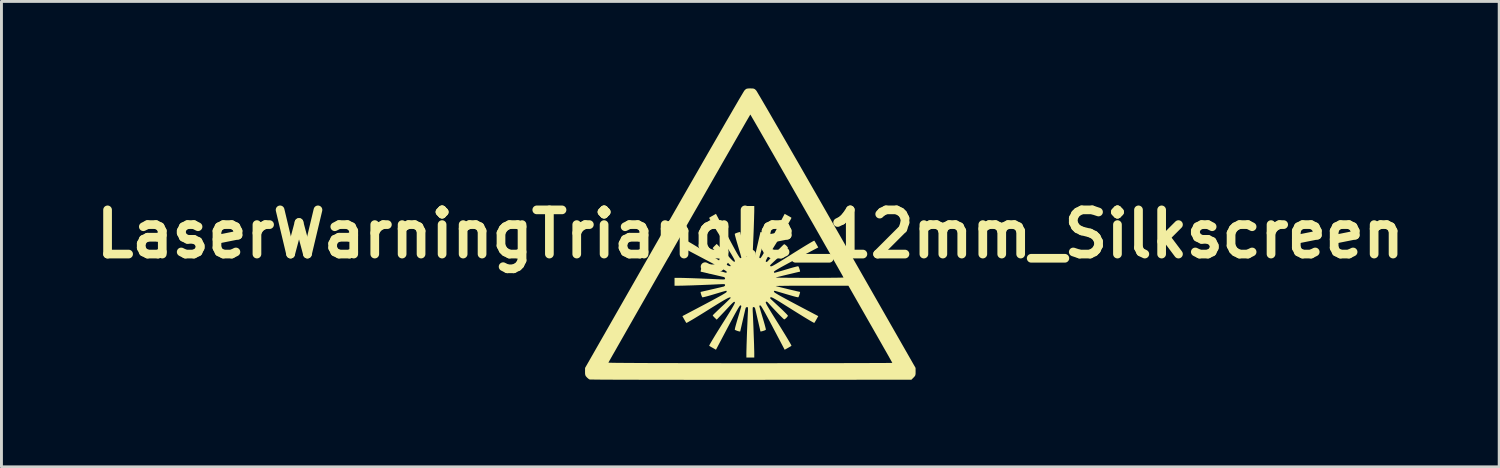
<source format=kicad_pcb>
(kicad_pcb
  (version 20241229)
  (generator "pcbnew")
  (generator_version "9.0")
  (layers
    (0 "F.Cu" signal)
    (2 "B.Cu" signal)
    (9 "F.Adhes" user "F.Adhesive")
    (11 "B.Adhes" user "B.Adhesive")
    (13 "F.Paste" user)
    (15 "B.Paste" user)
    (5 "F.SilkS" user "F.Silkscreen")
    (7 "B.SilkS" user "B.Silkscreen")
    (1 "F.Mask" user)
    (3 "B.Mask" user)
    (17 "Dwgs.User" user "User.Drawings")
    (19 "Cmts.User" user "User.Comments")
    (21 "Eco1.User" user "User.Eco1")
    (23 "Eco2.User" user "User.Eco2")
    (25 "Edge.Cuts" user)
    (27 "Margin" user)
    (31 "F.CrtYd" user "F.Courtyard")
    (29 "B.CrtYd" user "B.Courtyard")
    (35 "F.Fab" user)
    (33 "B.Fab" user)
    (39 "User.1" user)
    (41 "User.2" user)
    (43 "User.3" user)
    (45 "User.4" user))
  (footprint "LaserWarningTriangle_12mm_Silkscreen"
    (layer "F.Cu")
    (at 22.831 5.024)
    (property "Reference" "LaserWarningTriangle_12mm_Silkscreen" (at 0 0 0) (layer "F.SilkS") (effects (font (size 1.524 1.524) (thickness 0.3))))
    (attr exclude_from_pos_files exclude_from_bom)
    (fp_poly (pts (xy 0.072 -5.023) (xy 0.119 -5.016) (xy 0.153 -5) (xy 0.188 -4.969) (xy 0.2 -4.956) (xy 0.216 -4.934) (xy 0.249 -4.879) (xy 0.3 -4.793) (xy 0.369 -4.677) (xy 0.453 -4.533) (xy 0.553 -4.362) (xy 0.668 -4.164) (xy 0.796 -3.942) (xy 0.938 -3.697) (xy 1.092 -3.43) (xy 1.258 -3.142) (xy 1.435 -2.834) (xy 1.623 -2.509) (xy 1.82 -2.166) (xy 2.025 -1.808) (xy 2.239 -1.436) (xy 2.46 -1.05) (xy 2.687 -0.653) (xy 2.92 -0.245) (xy 2.983 -0.136) (xy 5.7 4.617) (xy 5.701 4.748) (xy 5.7 4.819) (xy 5.693 4.865) (xy 5.675 4.9) (xy 5.641 4.939) (xy 5.629 4.951) (xy 5.556 5.024) (xy 0.024 5.028) (xy -0.437 5.028) (xy -0.888 5.028) (xy -1.327 5.028) (xy -1.753 5.028) (xy -2.165 5.028) (xy -2.561 5.027) (xy -2.939 5.027) (xy -3.298 5.026) (xy -3.636 5.026) (xy -3.952 5.025) (xy -4.244 5.024) (xy -4.511 5.024) (xy -4.75 5.023) (xy -4.962 5.022) (xy -5.143 5.021) (xy -5.293 5.02) (xy -5.409 5.018) (xy -5.491 5.017) (xy -5.537 5.016) (xy -5.547 5.015) (xy -5.584 4.991) (xy -5.63 4.951) (xy -5.643 4.937) (xy -5.675 4.9) (xy -5.692 4.864) (xy -5.7 4.816) (xy -5.701 4.747) (xy -5.7 4.617) (xy -5.595 4.434) (xy -4.895 4.434) (xy -4.876 4.436) (xy -4.82 4.438) (xy -4.726 4.44) (xy -4.595 4.442) (xy -4.428 4.443) (xy -4.225 4.445) (xy -3.988 4.446) (xy -3.716 4.447) (xy -3.41 4.449) (xy -3.072 4.45) (xy -2.701 4.45) (xy -2.299 4.451) (xy -1.865 4.452) (xy -1.401 4.452) (xy -0.907 4.453) (xy -0.384 4.453) (xy -0.002 4.453) (xy 0.431 4.453) (xy 0.854 4.453) (xy 1.264 4.452) (xy 1.662 4.452) (xy 2.044 4.452) (xy 2.409 4.451) (xy 2.756 4.451) (xy 3.083 4.451) (xy 3.388 4.45) (xy 3.67 4.449) (xy 3.927 4.449) (xy 4.158 4.448) (xy 4.361 4.447) (xy 4.533 4.447) (xy 4.674 4.446) (xy 4.783 4.445) (xy 4.856 4.444) (xy 4.894 4.443) (xy 4.898 4.443) (xy 4.889 4.425) (xy 4.861 4.376) (xy 4.818 4.299) (xy 4.76 4.195) (xy 4.688 4.068) (xy 4.604 3.921) (xy 4.51 3.755) (xy 4.406 3.573) (xy 4.295 3.379) (xy 4.178 3.173) (xy 4.14 3.107) (xy 3.383 1.781) (xy 2.124 1.781) (xy 1.907 1.781) (xy 1.703 1.782) (xy 1.514 1.782) (xy 1.343 1.783) (xy 1.194 1.785) (xy 1.07 1.786) (xy 0.973 1.788) (xy 0.908 1.789) (xy 0.878 1.791) (xy 0.876 1.792) (xy 0.895 1.798) (xy 0.946 1.812) (xy 1.022 1.831) (xy 1.115 1.854) (xy 1.22 1.879) (xy 1.329 1.906) (xy 1.436 1.931) (xy 1.534 1.954) (xy 1.617 1.974) (xy 1.678 1.987) (xy 1.711 1.994) (xy 1.714 1.994) (xy 1.716 2.01) (xy 1.707 2.049) (xy 1.692 2.098) (xy 1.675 2.144) (xy 1.66 2.175) (xy 1.654 2.181) (xy 1.629 2.178) (xy 1.573 2.166) (xy 1.492 2.145) (xy 1.392 2.116) (xy 1.278 2.083) (xy 1.243 2.073) (xy 1.126 2.038) (xy 1.021 2.007) (xy 0.934 1.982) (xy 0.871 1.964) (xy 0.837 1.956) (xy 0.834 1.955) (xy 0.816 1.971) (xy 0.813 1.989) (xy 0.824 2.003) (xy 0.856 2.028) (xy 0.913 2.063) (xy 0.994 2.111) (xy 1.104 2.172) (xy 1.243 2.248) (xy 1.413 2.339) (xy 1.578 2.427) (xy 2.343 2.83) (xy 2.282 2.94) (xy 2.248 2.999) (xy 2.221 3.044) (xy 2.207 3.064) (xy 2.189 3.058) (xy 2.141 3.032) (xy 2.067 2.99) (xy 1.97 2.932) (xy 1.854 2.862) (xy 1.723 2.781) (xy 1.578 2.691) (xy 1.46 2.617) (xy 1.283 2.506) (xy 1.136 2.414) (xy 1.016 2.339) (xy 0.92 2.281) (xy 0.846 2.238) (xy 0.79 2.207) (xy 0.75 2.188) (xy 0.723 2.178) (xy 0.706 2.177) (xy 0.698 2.181) (xy 0.682 2.202) (xy 0.691 2.225) (xy 0.717 2.252) (xy 0.746 2.279) (xy 0.798 2.328) (xy 0.868 2.393) (xy 0.949 2.469) (xy 1.031 2.545) (xy 1.115 2.624) (xy 1.187 2.696) (xy 1.245 2.754) (xy 1.283 2.796) (xy 1.297 2.816) (xy 1.297 2.816) (xy 1.283 2.844) (xy 1.251 2.882) (xy 1.211 2.919) (xy 1.177 2.941) (xy 1.168 2.943) (xy 1.15 2.929) (xy 1.11 2.892) (xy 1.053 2.836) (xy 0.983 2.765) (xy 0.905 2.684) (xy 0.824 2.598) (xy 0.743 2.512) (xy 0.668 2.43) (xy 0.625 2.382) (xy 0.586 2.342) (xy 0.56 2.329) (xy 0.538 2.338) (xy 0.537 2.339) (xy 0.532 2.348) (xy 0.534 2.366) (xy 0.544 2.394) (xy 0.564 2.435) (xy 0.596 2.493) (xy 0.641 2.569) (xy 0.701 2.668) (xy 0.777 2.791) (xy 0.871 2.941) (xy 0.971 3.101) (xy 1.066 3.253) (xy 1.154 3.396) (xy 1.233 3.525) (xy 1.3 3.637) (xy 1.355 3.73) (xy 1.394 3.799) (xy 1.415 3.841) (xy 1.419 3.853) (xy 1.395 3.87) (xy 1.348 3.898) (xy 1.294 3.929) (xy 1.185 3.99) (xy 0.781 3.224) (xy 0.677 3.027) (xy 0.589 2.863) (xy 0.516 2.729) (xy 0.457 2.625) (xy 0.411 2.547) (xy 0.378 2.495) (xy 0.355 2.466) (xy 0.344 2.459) (xy 0.315 2.469) (xy 0.31 2.48) (xy 0.315 2.504) (xy 0.33 2.56) (xy 0.353 2.64) (xy 0.383 2.741) (xy 0.417 2.855) (xy 0.427 2.888) (xy 0.462 3.005) (xy 0.492 3.11) (xy 0.515 3.197) (xy 0.531 3.261) (xy 0.536 3.295) (xy 0.536 3.299) (xy 0.517 3.313) (xy 0.476 3.33) (xy 0.426 3.346) (xy 0.381 3.357) (xy 0.352 3.359) (xy 0.348 3.356) (xy 0.344 3.336) (xy 0.333 3.284) (xy 0.315 3.206) (xy 0.292 3.108) (xy 0.266 2.995) (xy 0.261 2.977) (xy 0.234 2.859) (xy 0.209 2.752) (xy 0.188 2.663) (xy 0.173 2.597) (xy 0.165 2.562) (xy 0.164 2.56) (xy 0.141 2.524) (xy 0.115 2.517) (xy 0.098 2.519) (xy 0.087 2.528) (xy 0.082 2.552) (xy 0.081 2.597) (xy 0.083 2.669) (xy 0.087 2.744) (xy 0.093 2.874) (xy 0.099 3.022) (xy 0.106 3.182) (xy 0.112 3.347) (xy 0.118 3.512) (xy 0.124 3.67) (xy 0.129 3.814) (xy 0.132 3.939) (xy 0.135 4.038) (xy 0.136 4.105) (xy 0.136 4.106) (xy 0.136 4.259) (xy -0.136 4.259) (xy -0.136 4.106) (xy -0.135 4.041) (xy -0.132 3.943) (xy -0.129 3.818) (xy -0.124 3.675) (xy -0.119 3.517) (xy -0.113 3.352) (xy -0.106 3.187) (xy -0.099 3.027) (xy -0.093 2.878) (xy -0.087 2.748) (xy -0.087 2.744) (xy -0.082 2.648) (xy -0.08 2.583) (xy -0.083 2.544) (xy -0.089 2.525) (xy -0.102 2.518) (xy -0.115 2.517) (xy -0.152 2.534) (xy -0.164 2.56) (xy -0.184 2.643) (xy -0.207 2.742) (xy -0.232 2.851) (xy -0.258 2.963) (xy -0.283 3.073) (xy -0.306 3.173) (xy -0.326 3.257) (xy -0.34 3.32) (xy -0.348 3.354) (xy -0.348 3.359) (xy -0.364 3.361) (xy -0.403 3.353) (xy -0.452 3.338) (xy -0.499 3.32) (xy -0.53 3.305) (xy -0.536 3.299) (xy -0.533 3.274) (xy -0.521 3.218) (xy -0.499 3.136) (xy -0.471 3.036) (xy -0.438 2.922) (xy -0.427 2.888) (xy -0.392 2.771) (xy -0.361 2.667) (xy -0.336 2.58) (xy -0.318 2.517) (xy -0.31 2.483) (xy -0.31 2.48) (xy -0.326 2.462) (xy -0.344 2.459) (xy -0.358 2.469) (xy -0.382 2.502) (xy -0.418 2.558) (xy -0.466 2.64) (xy -0.527 2.749) (xy -0.602 2.888) (xy -0.693 3.058) (xy -0.781 3.224) (xy -1.185 3.989) (xy -1.294 3.927) (xy -1.353 3.894) (xy -1.399 3.866) (xy -1.419 3.853) (xy -1.412 3.834) (xy -1.387 3.786) (xy -1.344 3.712) (xy -1.287 3.616) (xy -1.217 3.5) (xy -1.136 3.368) (xy -1.046 3.224) (xy -0.972 3.105) (xy -0.86 2.928) (xy -0.768 2.781) (xy -0.693 2.66) (xy -0.635 2.564) (xy -0.592 2.489) (xy -0.561 2.433) (xy -0.542 2.393) (xy -0.533 2.367) (xy -0.532 2.35) (xy -0.535 2.344) (xy -0.549 2.336) (xy -0.568 2.341) (xy -0.598 2.364) (xy -0.643 2.406) (xy -0.708 2.473) (xy -0.74 2.508) (xy -0.82 2.594) (xy -0.903 2.683) (xy -0.981 2.765) (xy -1.039 2.826) (xy -1.159 2.952) (xy -1.228 2.886) (xy -1.268 2.845) (xy -1.293 2.814) (xy -1.297 2.806) (xy -1.284 2.789) (xy -1.246 2.75) (xy -1.187 2.693) (xy -1.113 2.622) (xy -1.026 2.54) (xy -0.988 2.504) (xy -0.897 2.42) (xy -0.817 2.343) (xy -0.752 2.28) (xy -0.705 2.232) (xy -0.68 2.206) (xy -0.678 2.202) (xy -0.682 2.187) (xy -0.696 2.182) (xy -0.723 2.187) (xy -0.766 2.204) (xy -0.826 2.235) (xy -0.907 2.28) (xy -1.01 2.341) (xy -1.138 2.419) (xy -1.295 2.516) (xy -1.464 2.622) (xy -1.616 2.717) (xy -1.757 2.804) (xy -1.885 2.882) (xy -1.996 2.949) (xy -2.088 3.002) (xy -2.155 3.041) (xy -2.196 3.061) (xy -2.207 3.065) (xy -2.223 3.041) (xy -2.251 2.993) (xy -2.282 2.94) (xy -2.343 2.83) (xy -1.578 2.427) (xy -1.381 2.322) (xy -1.217 2.234) (xy -1.084 2.161) (xy -0.979 2.103) (xy -0.902 2.057) (xy -0.85 2.024) (xy -0.821 2.001) (xy -0.813 1.989) (xy -0.823 1.96) (xy -0.834 1.955) (xy -0.858 1.961) (xy -0.913 1.976) (xy -0.994 1.999) (xy -1.094 2.029) (xy -1.208 2.063) (xy -1.241 2.073) (xy -1.358 2.108) (xy -1.463 2.138) (xy -1.551 2.161) (xy -1.615 2.176) (xy -1.649 2.182) (xy -1.653 2.182) (xy -1.667 2.162) (xy -1.684 2.121) (xy -1.7 2.072) (xy -1.712 2.027) (xy -1.714 1.998) (xy -1.711 1.994) (xy -1.691 1.99) (xy -1.639 1.978) (xy -1.56 1.96) (xy -1.462 1.938) (xy -1.349 1.911) (xy -1.331 1.907) (xy -1.213 1.88) (xy -1.107 1.855) (xy -1.017 1.834) (xy -0.952 1.818) (xy -0.916 1.81) (xy -0.915 1.81) (xy -0.878 1.786) (xy -0.871 1.76) (xy -0.873 1.743) (xy -0.883 1.733) (xy -0.907 1.727) (xy -0.952 1.726) (xy -1.024 1.729) (xy -1.099 1.732) (xy -1.228 1.738) (xy -1.376 1.745) (xy -1.536 1.751) (xy -1.702 1.758) (xy -1.866 1.764) (xy -2.024 1.77) (xy -2.169 1.774) (xy -2.294 1.778) (xy -2.393 1.78) (xy -2.459 1.781) (xy -2.461 1.781) (xy -2.614 1.781) (xy -2.614 1.51) (xy -2.461 1.51) (xy -2.395 1.511) (xy -2.297 1.513) (xy -2.173 1.517) (xy -2.029 1.521) (xy -1.871 1.527) (xy -1.707 1.533) (xy -1.541 1.54) (xy -1.381 1.546) (xy -1.233 1.553) (xy -1.102 1.559) (xy -1.099 1.559) (xy -1.002 1.564) (xy -0.937 1.565) (xy -0.899 1.563) (xy -0.879 1.556) (xy -0.872 1.544) (xy -0.871 1.531) (xy -0.888 1.494) (xy -0.915 1.481) (xy -0.947 1.474) (xy -1.01 1.459) (xy -1.097 1.439) (xy -1.202 1.414) (xy -1.319 1.387) (xy -1.331 1.384) (xy -1.445 1.357) (xy -1.546 1.334) (xy -1.628 1.315) (xy -1.684 1.303) (xy -1.71 1.297) (xy -1.711 1.297) (xy -1.714 1.281) (xy -1.707 1.243) (xy -1.692 1.193) (xy -1.675 1.147) (xy -1.659 1.115) (xy -1.653 1.109) (xy -1.627 1.112) (xy -1.571 1.125) (xy -1.49 1.146) (xy -1.389 1.174) (xy -1.275 1.208) (xy -1.241 1.218) (xy -1.125 1.253) (xy -1.02 1.284) (xy -0.933 1.309) (xy -0.87 1.327) (xy -0.837 1.335) (xy -0.834 1.336) (xy -0.816 1.32) (xy -0.813 1.302) (xy -0.823 1.288) (xy -0.855 1.264) (xy -0.911 1.229) (xy -0.992 1.181) (xy -1.1 1.121) (xy -1.237 1.046) (xy -1.406 0.956) (xy -1.578 0.865) (xy -2.343 0.461) (xy -2.282 0.351) (xy -2.248 0.292) (xy -2.221 0.247) (xy -2.207 0.226) (xy -2.188 0.233) (xy -2.14 0.259) (xy -2.066 0.301) (xy -1.97 0.358) (xy -1.854 0.428) (xy -1.722 0.508) (xy -1.578 0.598) (xy -1.464 0.669) (xy -1.28 0.784) (xy -1.126 0.879) (xy -1 0.956) (xy -0.899 1.015) (xy -0.82 1.059) (xy -0.761 1.089) (xy -0.72 1.105) (xy -0.694 1.109) (xy -0.681 1.103) (xy -0.678 1.09) (xy -0.692 1.073) (xy -0.73 1.033) (xy -0.788 0.976) (xy -0.863 0.904) (xy -0.949 0.823) (xy -0.988 0.787) (xy -1.078 0.702) (xy -1.158 0.626) (xy -1.224 0.563) (xy -1.271 0.516) (xy -1.295 0.49) (xy -1.297 0.486) (xy -1.284 0.466) (xy -1.252 0.429) (xy -1.228 0.406) (xy -1.159 0.339) (xy -1.039 0.465) (xy -0.977 0.53) (xy -0.9 0.612) (xy -0.816 0.701) (xy -0.74 0.783) (xy -0.667 0.861) (xy -0.614 0.913) (xy -0.579 0.943) (xy -0.556 0.955) (xy -0.54 0.952) (xy -0.535 0.948) (xy -0.531 0.937) (xy -0.534 0.918) (xy -0.547 0.887) (xy -0.569 0.843) (xy -0.604 0.781) (xy -0.651 0.7) (xy -0.715 0.597) (xy -0.794 0.468) (xy -0.892 0.312) (xy -0.972 0.186) (xy -1.067 0.034) (xy -1.155 -0.108) (xy -1.234 -0.236) (xy -1.301 -0.348) (xy -1.355 -0.44) (xy -1.394 -0.508) (xy -1.416 -0.55) (xy -1.419 -0.561) (xy -1.395 -0.577) (xy -1.348 -0.606) (xy -1.294 -0.636) (xy -1.185 -0.698) (xy -0.781 0.067) (xy -0.677 0.264) (xy -0.588 0.429) (xy -0.515 0.563) (xy -0.457 0.667) (xy -0.411 0.744) (xy -0.377 0.796) (xy -0.355 0.825) (xy -0.344 0.832) (xy -0.315 0.822) (xy -0.31 0.811) (xy -0.315 0.787) (xy -0.33 0.732) (xy -0.353 0.651) (xy -0.383 0.551) (xy -0.417 0.437) (xy -0.427 0.403) (xy -0.462 0.286) (xy -0.492 0.181) (xy -0.515 0.094) (xy -0.531 0.03) (xy -0.536 -0.004) (xy -0.536 -0.007) (xy -0.517 -0.021) (xy -0.476 -0.038) (xy -0.427 -0.055) (xy -0.381 -0.067) (xy -0.353 -0.07) (xy -0.348 -0.067) (xy -0.344 -0.049) (xy -0.333 0.002) (xy -0.316 0.077) (xy -0.294 0.171) (xy -0.27 0.277) (xy -0.244 0.389) (xy -0.218 0.5) (xy -0.194 0.604) (xy -0.173 0.695) (xy -0.164 0.731) (xy -0.141 0.767) (xy -0.115 0.774) (xy -0.098 0.773) (xy -0.087 0.763) (xy -0.082 0.739) (xy -0.081 0.694) (xy -0.083 0.622) (xy -0.087 0.547) (xy -0.093 0.417) (xy -0.099 0.269) (xy -0.106 0.109) (xy -0.112 -0.056) (xy -0.118 -0.221) (xy -0.124 -0.379) (xy -0.129 -0.523) (xy -0.132 -0.648) (xy -0.135 -0.747) (xy -0.136 -0.814) (xy -0.136 -0.968) (xy 0.136 -0.968) (xy 0.136 -0.815) (xy 0.135 -0.75) (xy 0.132 -0.651) (xy 0.129 -0.527) (xy 0.124 -0.383) (xy 0.119 -0.226) (xy 0.113 -0.061) (xy 0.106 0.104) (xy 0.099 0.264) (xy 0.093 0.413) (xy 0.087 0.543) (xy 0.087 0.547) (xy 0.082 0.644) (xy 0.08 0.708) (xy 0.083 0.747) (xy 0.089 0.767) (xy 0.102 0.774) (xy 0.115 0.774) (xy 0.152 0.758) (xy 0.164 0.731) (xy 0.184 0.648) (xy 0.207 0.549) (xy 0.232 0.44) (xy 0.258 0.328) (xy 0.283 0.218) (xy 0.306 0.118) (xy 0.326 0.034) (xy 0.34 -0.029) (xy 0.348 -0.063) (xy 0.348 -0.067) (xy 0.364 -0.07) (xy 0.403 -0.062) (xy 0.452 -0.047) (xy 0.499 -0.029) (xy 0.53 -0.013) (xy 0.536 -0.007) (xy 0.533 0.018) (xy 0.521 0.074) (xy 0.499 0.155) (xy 0.471 0.255) (xy 0.438 0.37) (xy 0.427 0.403) (xy 0.392 0.52) (xy 0.361 0.625) (xy 0.336 0.711) (xy 0.318 0.774) (xy 0.31 0.808) (xy 0.31 0.811) (xy 0.326 0.829) (xy 0.344 0.832) (xy 0.358 0.822) (xy 0.382 0.789) (xy 0.418 0.733) (xy 0.466 0.651) (xy 0.527 0.542) (xy 0.602 0.403) (xy 0.693 0.233) (xy 0.781 0.067) (xy 1.185 -0.698) (xy 1.294 -0.637) (xy 1.353 -0.604) (xy 1.399 -0.576) (xy 1.419 -0.562) (xy 1.412 -0.543) (xy 1.387 -0.495) (xy 1.344 -0.421) (xy 1.287 -0.324) (xy 1.217 -0.208) (xy 1.137 -0.076) (xy 1.047 0.069) (xy 0.971 0.19) (xy 0.86 0.367) (xy 0.768 0.515) (xy 0.694 0.635) (xy 0.636 0.731) (xy 0.592 0.805) (xy 0.562 0.861) (xy 0.543 0.901) (xy 0.533 0.928) (xy 0.532 0.944) (xy 0.537 0.952) (xy 0.559 0.962) (xy 0.585 0.951) (xy 0.623 0.912) (xy 0.625 0.909) (xy 0.694 0.833) (xy 0.772 0.749) (xy 0.853 0.662) (xy 0.934 0.578) (xy 1.009 0.5) (xy 1.075 0.434) (xy 1.127 0.383) (xy 1.159 0.354) (xy 1.168 0.348) (xy 1.197 0.362) (xy 1.236 0.394) (xy 1.273 0.433) (xy 1.295 0.467) (xy 1.297 0.475) (xy 1.284 0.495) (xy 1.246 0.536) (xy 1.188 0.595) (xy 1.116 0.666) (xy 1.032 0.745) (xy 1.031 0.746) (xy 0.943 0.828) (xy 0.863 0.903) (xy 0.794 0.967) (xy 0.744 1.014) (xy 0.717 1.039) (xy 0.686 1.072) (xy 0.683 1.093) (xy 0.698 1.11) (xy 0.708 1.115) (xy 0.726 1.112) (xy 0.756 1.101) (xy 0.798 1.08) (xy 0.857 1.047) (xy 0.935 1.001) (xy 1.035 0.94) (xy 1.16 0.863) (xy 1.312 0.768) (xy 1.46 0.674) (xy 1.612 0.579) (xy 1.754 0.491) (xy 1.882 0.412) (xy 1.994 0.345) (xy 2.085 0.291) (xy 2.154 0.252) (xy 2.195 0.23) (xy 2.207 0.227) (xy 2.223 0.251) (xy 2.251 0.298) (xy 2.282 0.351) (xy 2.343 0.461) (xy 1.578 0.864) (xy 1.381 0.969) (xy 1.217 1.057) (xy 1.083 1.13) (xy 0.979 1.189) (xy 0.901 1.235) (xy 0.849 1.268) (xy 0.821 1.291) (xy 0.813 1.302) (xy 0.823 1.331) (xy 0.834 1.336) (xy 0.858 1.33) (xy 0.913 1.315) (xy 0.994 1.292) (xy 1.094 1.263) (xy 1.208 1.229) (xy 1.243 1.219) (xy 1.36 1.184) (xy 1.465 1.154) (xy 1.552 1.131) (xy 1.616 1.115) (xy 1.65 1.11) (xy 1.654 1.11) (xy 1.667 1.129) (xy 1.684 1.169) (xy 1.7 1.219) (xy 1.713 1.264) (xy 1.716 1.293) (xy 1.714 1.297) (xy 1.69 1.301) (xy 1.636 1.313) (xy 1.558 1.331) (xy 1.463 1.354) (xy 1.357 1.379) (xy 1.248 1.405) (xy 1.142 1.431) (xy 1.045 1.455) (xy 0.964 1.475) (xy 0.906 1.49) (xy 0.877 1.498) (xy 0.876 1.499) (xy 0.892 1.501) (xy 0.945 1.503) (xy 1.029 1.505) (xy 1.142 1.506) (xy 1.281 1.507) (xy 1.442 1.509) (xy 1.622 1.509) (xy 1.818 1.51) (xy 2.027 1.51) (xy 2.039 1.51) (xy 2.249 1.51) (xy 2.446 1.509) (xy 2.628 1.508) (xy 2.791 1.507) (xy 2.933 1.506) (xy 3.049 1.504) (xy 3.137 1.502) (xy 3.193 1.5) (xy 3.214 1.498) (xy 3.214 1.498) (xy 3.204 1.48) (xy 3.177 1.43) (xy 3.133 1.351) (xy 3.073 1.245) (xy 2.999 1.114) (xy 2.911 0.96) (xy 2.812 0.785) (xy 2.702 0.592) (xy 2.582 0.382) (xy 2.455 0.158) (xy 2.32 -0.079) (xy 2.179 -0.326) (xy 2.033 -0.58) (xy 1.884 -0.841) (xy 1.733 -1.106) (xy 1.581 -1.372) (xy 1.429 -1.637) (xy 1.279 -1.9) (xy 1.131 -2.159) (xy 0.987 -2.41) (xy 0.848 -2.653) (xy 0.715 -2.884) (xy 0.59 -3.102) (xy 0.474 -3.305) (xy 0.367 -3.491) (xy 0.272 -3.656) (xy 0.189 -3.8) (xy 0.119 -3.921) (xy 0.064 -4.015) (xy 0.026 -4.081) (xy 0.004 -4.117) (xy 0 -4.123) (xy -0.01 -4.107) (xy -0.038 -4.058) (xy -0.084 -3.98) (xy -0.146 -3.873) (xy -0.223 -3.739) (xy -0.314 -3.58) (xy -0.419 -3.398) (xy -0.536 -3.194) (xy -0.664 -2.97) (xy -0.803 -2.729) (xy -0.951 -2.471) (xy -1.107 -2.198) (xy -1.271 -1.912) (xy -1.441 -1.615) (xy -1.616 -1.308) (xy -1.796 -0.994) (xy -1.98 -0.674) (xy -2.166 -0.349) (xy -2.353 -0.021) (xy -2.541 0.307) (xy -2.728 0.635) (xy -2.914 0.96) (xy -3.098 1.281) (xy -3.278 1.596) (xy -3.453 1.903) (xy -3.623 2.201) (xy -3.787 2.488) (xy -3.943 2.761) (xy -4.091 3.021) (xy -4.23 3.264) (xy -4.358 3.489) (xy -4.475 3.694) (xy -4.58 3.878) (xy -4.671 4.039) (xy -4.749 4.174) (xy -4.811 4.284) (xy -4.856 4.364) (xy -4.885 4.415) (xy -4.895 4.434) (xy -5.595 4.434) (xy -2.983 -0.136) (xy -2.748 -0.546) (xy -2.519 -0.946) (xy -2.297 -1.335) (xy -2.081 -1.711) (xy -1.873 -2.073) (xy -1.674 -2.419) (xy -1.484 -2.75) (xy -1.304 -3.062) (xy -1.135 -3.355) (xy -0.978 -3.628) (xy -0.833 -3.88) (xy -0.7 -4.108) (xy -0.582 -4.312) (xy -0.478 -4.49) (xy -0.39 -4.642) (xy -0.317 -4.765) (xy -0.261 -4.859) (xy -0.223 -4.922) (xy -0.203 -4.953) (xy -0.2 -4.956) (xy -0.163 -4.992) (xy -0.131 -5.012) (xy -0.089 -5.021) (xy -0.026 -5.024) (xy 0 -5.024)) (stroke (width 0) (type solid)) (fill yes) (layer "F.SilkS")))
  (gr_rect
    (start -3 -3)
    (end 48.662 13.052)
    (stroke (width 0.1) (type default))
    (fill no)
    (layer "Edge.Cuts")))
</source>
